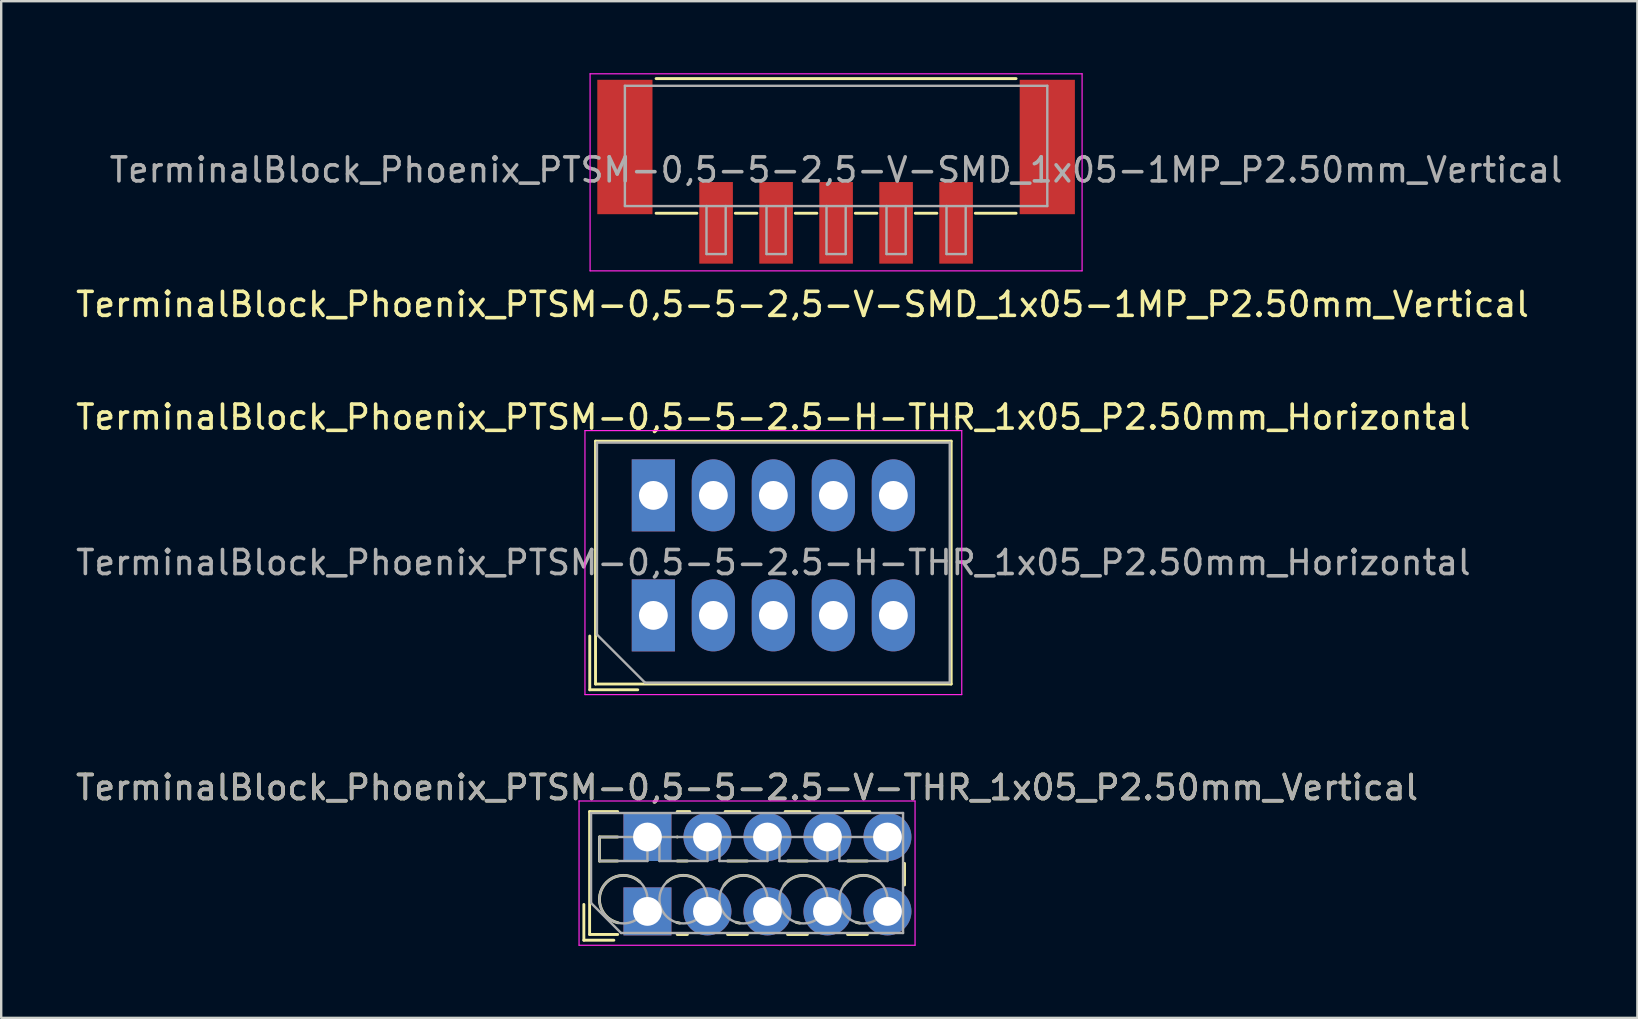
<source format=kicad_pcb>
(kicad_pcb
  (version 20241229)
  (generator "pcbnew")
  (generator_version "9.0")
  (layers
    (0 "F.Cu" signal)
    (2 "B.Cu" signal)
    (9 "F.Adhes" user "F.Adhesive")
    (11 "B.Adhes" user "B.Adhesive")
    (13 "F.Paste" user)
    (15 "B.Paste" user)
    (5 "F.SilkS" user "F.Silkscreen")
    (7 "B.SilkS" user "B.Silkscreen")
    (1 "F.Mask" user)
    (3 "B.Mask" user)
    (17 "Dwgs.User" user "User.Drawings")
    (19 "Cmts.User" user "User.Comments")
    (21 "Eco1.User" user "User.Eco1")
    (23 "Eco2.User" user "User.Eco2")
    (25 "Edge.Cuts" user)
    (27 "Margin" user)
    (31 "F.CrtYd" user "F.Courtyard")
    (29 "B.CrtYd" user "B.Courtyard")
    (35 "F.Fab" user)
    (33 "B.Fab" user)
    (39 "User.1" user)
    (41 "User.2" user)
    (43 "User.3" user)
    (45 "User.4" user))
  (footprint "TerminalBlock_Phoenix_PTSM-0,5-5-2.5-H-THR_1x05_P2.50mm_Horizontal"
    (layer "F.Cu")
    (at 24.173 22.591)
    (property "Reference" "TerminalBlock_Phoenix_PTSM-0,5-5-2.5-H-THR_1x05_P2.50mm_Horizontal" (at 5 -8.26 0) (layer "F.SilkS") (effects (font (size 1 1) (thickness 0.15))))
    (attr through_hole)
    (fp_line (start -2.65 0.86) (end -2.65 3.1) (stroke (width 0.12) (type solid)) (layer "F.SilkS"))
    (fp_line (start -2.65 3.1) (end -0.65 3.1) (stroke (width 0.12) (type solid)) (layer "F.SilkS"))
    (fp_line (start -2.41 -7.26) (end -2.41 2.86) (stroke (width 0.12) (type solid)) (layer "F.SilkS"))
    (fp_line (start -2.41 -7.26) (end 12.41 -7.26) (stroke (width 0.12) (type solid)) (layer "F.SilkS"))
    (fp_line (start -2.41 2.86) (end 12.41 2.86) (stroke (width 0.12) (type solid)) (layer "F.SilkS"))
    (fp_line (start 12.41 -7.26) (end 12.41 2.86) (stroke (width 0.12) (type solid)) (layer "F.SilkS"))
    (fp_line (start -2.85 -7.7) (end -2.85 3.3) (stroke (width 0.05) (type solid)) (layer "F.CrtYd"))
    (fp_line (start -2.85 3.3) (end 12.85 3.3) (stroke (width 0.05) (type solid)) (layer "F.CrtYd"))
    (fp_line (start 12.85 -7.7) (end -2.85 -7.7) (stroke (width 0.05) (type solid)) (layer "F.CrtYd"))
    (fp_line (start 12.85 3.3) (end 12.85 -7.7) (stroke (width 0.05) (type solid)) (layer "F.CrtYd"))
    (fp_line (start -2.35 -7.2) (end 12.35 -7.2) (stroke (width 0.1) (type solid)) (layer "F.Fab"))
    (fp_line (start -2.35 0.8) (end -2.35 -7.2) (stroke (width 0.1) (type solid)) (layer "F.Fab"))
    (fp_line (start -0.35 2.8) (end -2.35 0.8) (stroke (width 0.1) (type solid)) (layer "F.Fab"))
    (fp_line (start 12.35 -7.2) (end 12.35 2.8) (stroke (width 0.1) (type solid)) (layer "F.Fab"))
    (fp_line (start 12.35 2.8) (end -0.35 2.8) (stroke (width 0.1) (type solid)) (layer "F.Fab"))
    (fp_text user "${REFERENCE}" (at 5 -2.2 0) (layer "F.Fab") (effects (font (size 1 1) (thickness 0.15))))
    (pad "1" thru_hole rect (at 0 -5) (size 1.8 3) (drill 1.2) (layers "*.Cu" "*.Mask"))
    (pad "1" thru_hole rect (at 0 0) (size 1.8 3) (drill 1.2) (layers "*.Cu" "*.Mask"))
    (pad "2" thru_hole oval (at 2.5 -5) (size 1.8 3) (drill 1.2) (layers "*.Cu" "*.Mask"))
    (pad "2" thru_hole oval (at 2.5 0) (size 1.8 3) (drill 1.2) (layers "*.Cu" "*.Mask"))
    (pad "3" thru_hole oval (at 5 -5) (size 1.8 3) (drill 1.2) (layers "*.Cu" "*.Mask"))
    (pad "3" thru_hole oval (at 5 0) (size 1.8 3) (drill 1.2) (layers "*.Cu" "*.Mask"))
    (pad "4" thru_hole oval (at 7.5 -5) (size 1.8 3) (drill 1.2) (layers "*.Cu" "*.Mask"))
    (pad "4" thru_hole oval (at 7.5 0) (size 1.8 3) (drill 1.2) (layers "*.Cu" "*.Mask"))
    (pad "5" thru_hole oval (at 10 -5) (size 1.8 3) (drill 1.2) (layers "*.Cu" "*.Mask"))
    (pad "5" thru_hole oval (at 10 0) (size 1.8 3) (drill 1.2) (layers "*.Cu" "*.Mask")))
  (footprint "TerminalBlock_Phoenix_PTSM-0,5-5-2.5-V-THR_1x05_P2.50mm_Vertical"
    (layer "F.Cu")
    (at 23.927 34.925)
    (property "Reference" "TerminalBlock_Phoenix_PTSM-0,5-5-2.5-V-THR_1x05_P2.50mm_Vertical" (at 4.15 -5.16 0) (layer "F.SilkS") (effects (font (size 1 1) (thickness 0.15))))
    (attr through_hole)
    (fp_line (start -2.65 -0.29) (end -2.65 1.2) (stroke (width 0.12) (type solid)) (layer "F.SilkS"))
    (fp_line (start -2.65 1.2) (end -1.4 1.2) (stroke (width 0.12) (type solid)) (layer "F.SilkS"))
    (fp_line (start -2.41 -4.16) (end -2.41 0.961) (stroke (width 0.12) (type solid)) (layer "F.SilkS"))
    (fp_line (start -2.41 -4.16) (end -1.24 -4.16) (stroke (width 0.12) (type solid)) (layer "F.SilkS"))
    (fp_line (start -2.41 0.961) (end -1.24 0.961) (stroke (width 0.12) (type solid)) (layer "F.SilkS"))
    (fp_line (start -2 -3.1) (end -2 -2.1) (stroke (width 0.12) (type solid)) (layer "F.SilkS"))
    (fp_line (start -2 -3.1) (end -1.24 -3.1) (stroke (width 0.12) (type solid)) (layer "F.SilkS"))
    (fp_line (start -2 -2.1) (end -1.24 -2.1) (stroke (width 0.12) (type solid)) (layer "F.SilkS"))
    (fp_line (start 1.24 -4.16) (end 1.763 -4.16) (stroke (width 0.12) (type solid)) (layer "F.SilkS"))
    (fp_line (start 1.24 -3.1) (end 1.245 -3.1) (stroke (width 0.12) (type solid)) (layer "F.SilkS"))
    (fp_line (start 1.24 -2.1) (end 1.665 -2.1) (stroke (width 0.12) (type solid)) (layer "F.SilkS"))
    (fp_line (start 1.24 0.961) (end 1.665 0.961) (stroke (width 0.12) (type solid)) (layer "F.SilkS"))
    (fp_line (start 3.238 -4.16) (end 4.263 -4.16) (stroke (width 0.12) (type solid)) (layer "F.SilkS"))
    (fp_line (start 3.336 -2.1) (end 4.165 -2.1) (stroke (width 0.12) (type solid)) (layer "F.SilkS"))
    (fp_line (start 3.336 0.961) (end 4.165 0.961) (stroke (width 0.12) (type solid)) (layer "F.SilkS"))
    (fp_line (start 5.738 -4.16) (end 6.763 -4.16) (stroke (width 0.12) (type solid)) (layer "F.SilkS"))
    (fp_line (start 5.836 -2.1) (end 6.665 -2.1) (stroke (width 0.12) (type solid)) (layer "F.SilkS"))
    (fp_line (start 5.836 0.961) (end 6.665 0.961) (stroke (width 0.12) (type solid)) (layer "F.SilkS"))
    (fp_line (start 8.238 -4.16) (end 9.263 -4.16) (stroke (width 0.12) (type solid)) (layer "F.SilkS"))
    (fp_line (start 8.336 -2.1) (end 9.165 -2.1) (stroke (width 0.12) (type solid)) (layer "F.SilkS"))
    (fp_line (start 8.336 0.961) (end 9.165 0.961) (stroke (width 0.12) (type solid)) (layer "F.SilkS"))
    (fp_line (start 10.71 -2) (end 10.71 -1.1) (stroke (width 0.12) (type solid)) (layer "F.SilkS"))
    (fp_arc (start -1.224629 0.474931) (mid -1.883573 -0.969306) (end -0.318 -1.232) (stroke (width 0.12) (type solid)) (layer "F.SilkS"))
    (fp_arc (start 0.817811 -1.23232) (mid 1.483053 -1.500693) (end 2.157 -1.255) (stroke (width 0.12) (type solid)) (layer "F.SilkS"))
    (fp_arc (start 1.344288 0.488343) (mid 1.284242 0.476994) (end 1.225 0.462) (stroke (width 0.12) (type solid)) (layer "F.SilkS"))
    (fp_arc (start 3.190612 -1.088697) (mid 3.887218 -1.494461) (end 4.657 -1.255) (stroke (width 0.12) (type solid)) (layer "F.SilkS"))
    (fp_arc (start 3.84373 0.488618) (mid 3.766646 0.47331) (end 3.691 0.452) (stroke (width 0.12) (type solid)) (layer "F.SilkS"))
    (fp_arc (start 5.690612 -1.088697) (mid 6.387218 -1.494461) (end 7.157 -1.255) (stroke (width 0.12) (type solid)) (layer "F.SilkS"))
    (fp_arc (start 6.34373 0.488618) (mid 6.266646 0.47331) (end 6.191 0.452) (stroke (width 0.12) (type solid)) (layer "F.SilkS"))
    (fp_arc (start 8.190612 -1.088697) (mid 8.887218 -1.494461) (end 9.657 -1.255) (stroke (width 0.12) (type solid)) (layer "F.SilkS"))
    (fp_arc (start 8.84373 0.488618) (mid 8.766646 0.47331) (end 8.691 0.452) (stroke (width 0.12) (type solid)) (layer "F.SilkS"))
    (fp_line (start -2.85 -4.6) (end -2.85 1.41) (stroke (width 0.05) (type solid)) (layer "F.CrtYd"))
    (fp_line (start -2.85 1.41) (end 11.15 1.41) (stroke (width 0.05) (type solid)) (layer "F.CrtYd"))
    (fp_line (start 11.15 -4.6) (end -2.85 -4.6) (stroke (width 0.05) (type solid)) (layer "F.CrtYd"))
    (fp_line (start 11.15 1.41) (end 11.15 -4.6) (stroke (width 0.05) (type solid)) (layer "F.CrtYd"))
    (fp_line (start -2.35 -4.1) (end 10.65 -4.1) (stroke (width 0.1) (type solid)) (layer "F.Fab"))
    (fp_line (start -2.35 -0.35) (end -2.35 -4.1) (stroke (width 0.1) (type solid)) (layer "F.Fab"))
    (fp_line (start -2 -3.1) (end -2 -2.1) (stroke (width 0.1) (type solid)) (layer "F.Fab"))
    (fp_line (start -2 -2.1) (end 0 -2.1) (stroke (width 0.1) (type solid)) (layer "F.Fab"))
    (fp_line (start -1.1 0.9) (end -2.35 -0.35) (stroke (width 0.1) (type solid)) (layer "F.Fab"))
    (fp_line (start 0 -3.1) (end -2 -3.1) (stroke (width 0.1) (type solid)) (layer "F.Fab"))
    (fp_line (start 0 -2.1) (end 0 -3.1) (stroke (width 0.1) (type solid)) (layer "F.Fab"))
    (fp_line (start 0.5 -3.1) (end 0.5 -2.1) (stroke (width 0.1) (type solid)) (layer "F.Fab"))
    (fp_line (start 0.5 -2.1) (end 2.5 -2.1) (stroke (width 0.1) (type solid)) (layer "F.Fab"))
    (fp_line (start 2.5 -3.1) (end 0.5 -3.1) (stroke (width 0.1) (type solid)) (layer "F.Fab"))
    (fp_line (start 2.5 -2.1) (end 2.5 -3.1) (stroke (width 0.1) (type solid)) (layer "F.Fab"))
    (fp_line (start 3 -3.1) (end 3 -2.1) (stroke (width 0.1) (type solid)) (layer "F.Fab"))
    (fp_line (start 3 -2.1) (end 5 -2.1) (stroke (width 0.1) (type solid)) (layer "F.Fab"))
    (fp_line (start 5 -3.1) (end 3 -3.1) (stroke (width 0.1) (type solid)) (layer "F.Fab"))
    (fp_line (start 5 -2.1) (end 5 -3.1) (stroke (width 0.1) (type solid)) (layer "F.Fab"))
    (fp_line (start 5.5 -3.1) (end 5.5 -2.1) (stroke (width 0.1) (type solid)) (layer "F.Fab"))
    (fp_line (start 5.5 -2.1) (end 7.5 -2.1) (stroke (width 0.1) (type solid)) (layer "F.Fab"))
    (fp_line (start 7.5 -3.1) (end 5.5 -3.1) (stroke (width 0.1) (type solid)) (layer "F.Fab"))
    (fp_line (start 7.5 -2.1) (end 7.5 -3.1) (stroke (width 0.1) (type solid)) (layer "F.Fab"))
    (fp_line (start 8 -3.1) (end 8 -2.1) (stroke (width 0.1) (type solid)) (layer "F.Fab"))
    (fp_line (start 8 -2.1) (end 10 -2.1) (stroke (width 0.1) (type solid)) (layer "F.Fab"))
    (fp_line (start 10 -3.1) (end 8 -3.1) (stroke (width 0.1) (type solid)) (layer "F.Fab"))
    (fp_line (start 10 -2.1) (end 10 -3.1) (stroke (width 0.1) (type solid)) (layer "F.Fab"))
    (fp_line (start 10.65 -4.1) (end 10.65 0.9) (stroke (width 0.1) (type solid)) (layer "F.Fab"))
    (fp_line (start 10.65 0.9) (end -1.1 0.9) (stroke (width 0.1) (type solid)) (layer "F.Fab"))
    (fp_circle (center -1 -0.5) (end 0 -0.5) (stroke (width 0.1) (type solid)) (fill no) (layer "F.Fab"))
    (fp_circle (center 1.5 -0.5) (end 2.5 -0.5) (stroke (width 0.1) (type solid)) (fill no) (layer "F.Fab"))
    (fp_circle (center 4 -0.5) (end 5 -0.5) (stroke (width 0.1) (type solid)) (fill no) (layer "F.Fab"))
    (fp_circle (center 6.5 -0.5) (end 7.5 -0.5) (stroke (width 0.1) (type solid)) (fill no) (layer "F.Fab"))
    (fp_circle (center 9 -0.5) (end 10 -0.5) (stroke (width 0.1) (type solid)) (fill no) (layer "F.Fab"))
    (fp_text user "${REFERENCE}" (at 4.15 -5.16 0) (layer "F.Fab") (effects (font (size 1 1) (thickness 0.15))))
    (pad "1" thru_hole rect (at 0 -3.1) (size 2 2) (drill 1.2) (layers "*.Cu" "*.Mask"))
    (pad "1" thru_hole rect (at 0 0) (size 2 2) (drill 1.2) (layers "*.Cu" "*.Mask"))
    (pad "2" thru_hole circle (at 2.5 -3.1) (size 2 2) (drill 1.2) (layers "*.Cu" "*.Mask"))
    (pad "2" thru_hole circle (at 2.5 0) (size 2 2) (drill 1.2) (layers "*.Cu" "*.Mask"))
    (pad "3" thru_hole circle (at 5 -3.1) (size 2 2) (drill 1.2) (layers "*.Cu" "*.Mask"))
    (pad "3" thru_hole circle (at 5 0) (size 2 2) (drill 1.2) (layers "*.Cu" "*.Mask"))
    (pad "4" thru_hole circle (at 7.5 -3.1) (size 2 2) (drill 1.2) (layers "*.Cu" "*.Mask"))
    (pad "4" thru_hole circle (at 7.5 0) (size 2 2) (drill 1.2) (layers "*.Cu" "*.Mask"))
    (pad "5" thru_hole circle (at 10 -3.1) (size 2 2) (drill 1.2) (layers "*.Cu" "*.Mask"))
    (pad "5" thru_hole circle (at 10 0) (size 2 2) (drill 1.2) (layers "*.Cu" "*.Mask")))
  (footprint "TerminalBlock_Phoenix_PTSM-0,5-5-2,5-V-SMD_1x05-1MP_P2.50mm_Vertical"
    (layer "F.Cu")
    (at 31.787 4.105)
    (property "Reference" "TerminalBlock_Phoenix_PTSM-0,5-5-2,5-V-SMD_1x05-1MP_P2.50mm_Vertical" (at -1.4 5.53 0) (layer "F.SilkS") (effects (font (size 1 1) (thickness 0.15))))
    (attr smd)
    (fp_line (start -7.5 -3.88) (end 7.5 -3.88) (stroke (width 0.12) (type solid)) (layer "F.SilkS"))
    (fp_line (start -5.8 1.73) (end -7.5 1.73) (stroke (width 0.12) (type solid)) (layer "F.SilkS"))
    (fp_line (start -3.3 1.73) (end -4.2 1.73) (stroke (width 0.12) (type solid)) (layer "F.SilkS"))
    (fp_line (start -0.8 1.73) (end -1.7 1.73) (stroke (width 0.12) (type solid)) (layer "F.SilkS"))
    (fp_line (start 1.7 1.73) (end 0.8 1.73) (stroke (width 0.12) (type solid)) (layer "F.SilkS"))
    (fp_line (start 4.2 1.73) (end 3.3 1.73) (stroke (width 0.12) (type solid)) (layer "F.SilkS"))
    (fp_line (start 7.5 1.73) (end 5.8 1.73) (stroke (width 0.12) (type solid)) (layer "F.SilkS"))
    (fp_line (start -10.25 -4.08) (end 10.25 -4.08) (stroke (width 0.05) (type solid)) (layer "F.CrtYd"))
    (fp_line (start -10.25 4.13) (end -10.25 -4.08) (stroke (width 0.05) (type solid)) (layer "F.CrtYd"))
    (fp_line (start 10.25 -4.08) (end 10.25 4.13) (stroke (width 0.05) (type solid)) (layer "F.CrtYd"))
    (fp_line (start 10.25 4.13) (end -10.25 4.13) (stroke (width 0.05) (type solid)) (layer "F.CrtYd"))
    (fp_line (start -8.8 -3.58) (end 8.8 -3.58) (stroke (width 0.1) (type solid)) (layer "F.Fab"))
    (fp_line (start -8.8 1.43) (end -8.8 -3.58) (stroke (width 0.1) (type solid)) (layer "F.Fab"))
    (fp_line (start -5.4 1.43) (end -5.4 3.43) (stroke (width 0.1) (type solid)) (layer "F.Fab"))
    (fp_line (start -5.4 3.43) (end -4.6 3.43) (stroke (width 0.1) (type solid)) (layer "F.Fab"))
    (fp_line (start -4.6 1.43) (end -4.6 3.43) (stroke (width 0.1) (type solid)) (layer "F.Fab"))
    (fp_line (start -2.9 1.43) (end -2.9 3.43) (stroke (width 0.1) (type solid)) (layer "F.Fab"))
    (fp_line (start -2.9 3.43) (end -2.1 3.43) (stroke (width 0.1) (type solid)) (layer "F.Fab"))
    (fp_line (start -2.1 1.43) (end -2.1 3.43) (stroke (width 0.1) (type solid)) (layer "F.Fab"))
    (fp_line (start -0.4 1.43) (end -0.4 3.43) (stroke (width 0.1) (type solid)) (layer "F.Fab"))
    (fp_line (start -0.4 3.43) (end 0.4 3.43) (stroke (width 0.1) (type solid)) (layer "F.Fab"))
    (fp_line (start 0.4 1.43) (end 0.4 3.43) (stroke (width 0.1) (type solid)) (layer "F.Fab"))
    (fp_line (start 2.1 1.43) (end 2.1 3.43) (stroke (width 0.1) (type solid)) (layer "F.Fab"))
    (fp_line (start 2.1 3.43) (end 2.9 3.43) (stroke (width 0.1) (type solid)) (layer "F.Fab"))
    (fp_line (start 2.9 1.43) (end 2.9 3.43) (stroke (width 0.1) (type solid)) (layer "F.Fab"))
    (fp_line (start 4.6 1.43) (end 4.6 3.43) (stroke (width 0.1) (type solid)) (layer "F.Fab"))
    (fp_line (start 4.6 3.43) (end 5.4 3.43) (stroke (width 0.1) (type solid)) (layer "F.Fab"))
    (fp_line (start 5.4 1.43) (end 5.4 3.43) (stroke (width 0.1) (type solid)) (layer "F.Fab"))
    (fp_line (start 8.8 1.43) (end -8.8 1.43) (stroke (width 0.1) (type solid)) (layer "F.Fab"))
    (fp_line (start 8.8 1.43) (end 8.8 -3.58) (stroke (width 0.1) (type solid)) (layer "F.Fab"))
    (fp_text user "${REFERENCE}" (at 0 -0.075 0) (layer "F.Fab") (effects (font (size 1 1) (thickness 0.15))))
    (pad "1" smd rect (at -5 2.13 180) (size 1.4 3.4) (layers "F.Cu" "F.Mask" "F.Paste"))
    (pad "2" smd rect (at -2.5 2.13 180) (size 1.4 3.4) (layers "F.Cu" "F.Mask" "F.Paste"))
    (pad "3" smd rect (at 0 2.13 180) (size 1.4 3.4) (layers "F.Cu" "F.Mask" "F.Paste"))
    (pad "4" smd rect (at 2.5 2.13 180) (size 1.4 3.4) (layers "F.Cu" "F.Mask" "F.Paste"))
    (pad "5" smd rect (at 5 2.13 180) (size 1.4 3.4) (layers "F.Cu" "F.Mask" "F.Paste"))
    (pad "MP" smd rect (at -8.8 -1.03 180) (size 2.3 5.6) (layers "F.Cu" "F.Mask" "F.Paste"))
    (pad "MP" smd rect (at 8.8 -1.03 180) (size 2.3 5.6) (layers "F.Cu" "F.Mask" "F.Paste")))
  (gr_rect
    (start -3 -3)
    (end 65.174 39.36)
    (stroke (width 0.1) (type default))
    (fill no)
    (layer "Edge.Cuts")))
</source>
